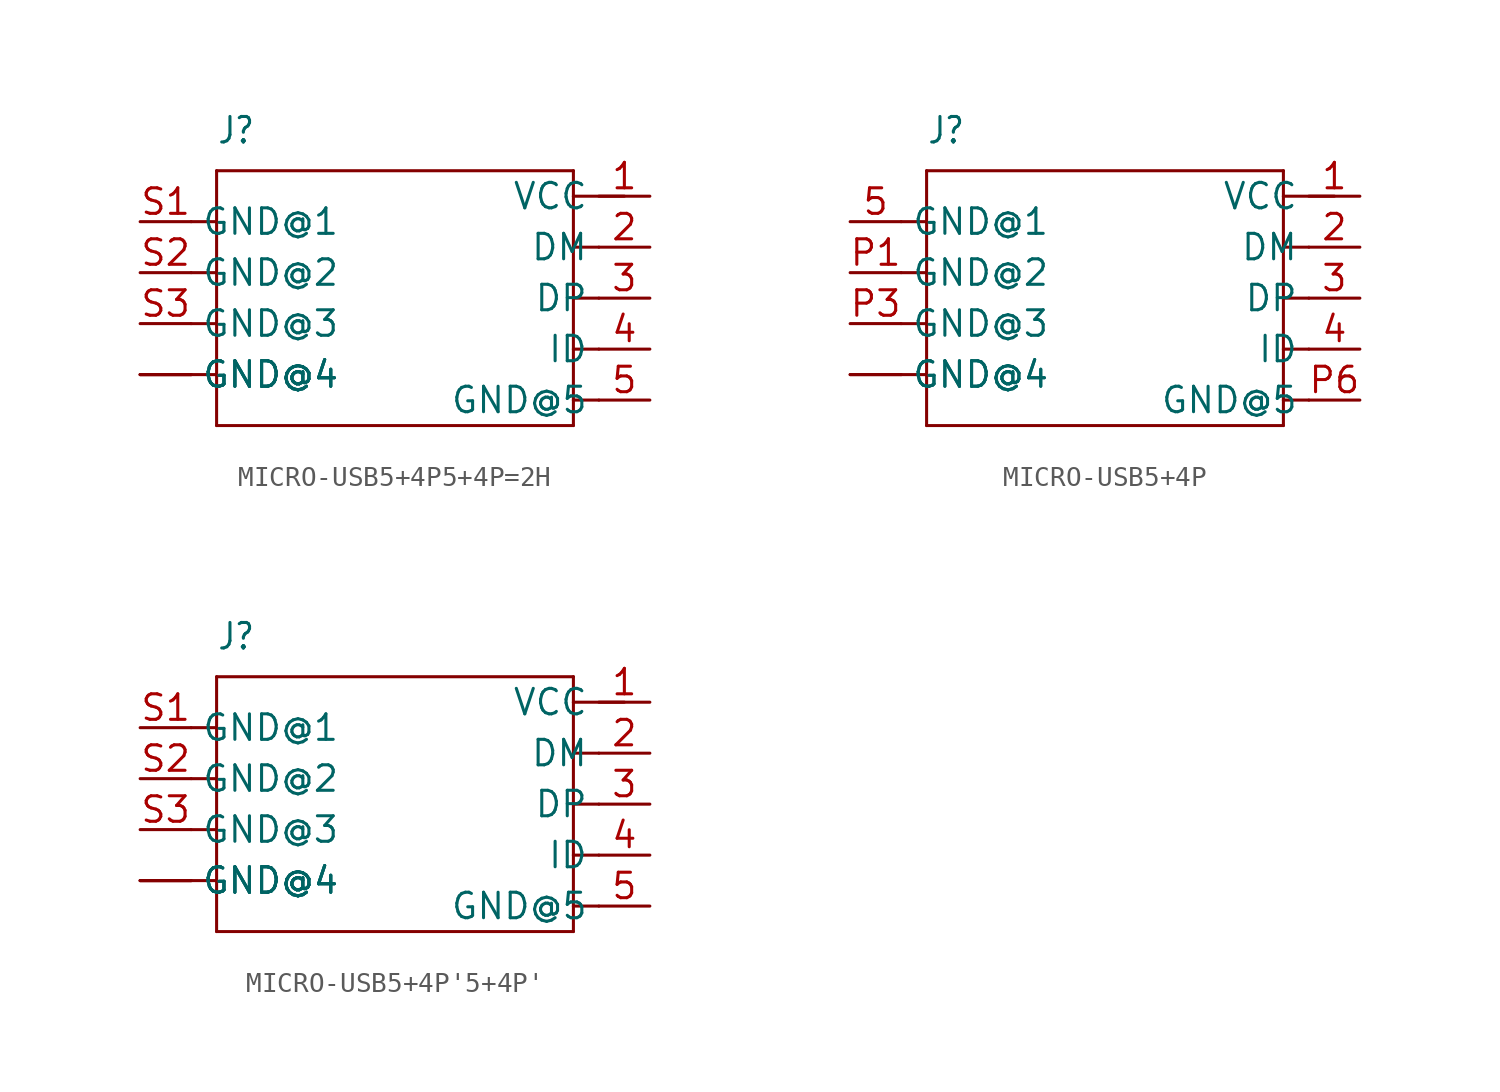
<source format=kicad_sym>
(kicad_symbol_lib
  (version 20231120)
  (generator "kicad_symbol_editor")
  (generator_version "8.0")
  (symbol "MICRO-USB5+4P5+4P=2H"
    (property "Reference" "J"
      (at -8.89 7.62 0)
      (effects (font (size 1.27 1.079)) (justify left bottom)))
    (property "Value" ""
      (at 1.27 7.62 0)
      (effects (font (size 1.27 1.079)) (justify left bottom)))
    (property "ki_locked" ""
      (at 0 0 0)
      (effects (font (size 1.27 1.27))))
    (symbol "MICRO-USB5+4P5+4P=2H_1_0"
      (polyline (pts (xy -10.16 -3.81) (xy -8.89 -3.81)) (stroke (width 0.152) (type solid)) (fill (type none)))
      (polyline (pts (xy -10.16 -1.27) (xy -8.89 -1.27)) (stroke (width 0.152) (type solid)) (fill (type none)))
      (polyline (pts (xy -10.16 1.27) (xy -8.89 1.27)) (stroke (width 0.152) (type solid)) (fill (type none)))
      (polyline (pts (xy -10.16 3.81) (xy -8.89 3.81)) (stroke (width 0.152) (type solid)) (fill (type none)))
      (polyline (pts (xy -8.89 -6.35) (xy 8.89 -6.35)) (stroke (width 0.152) (type solid)) (fill (type none)))
      (polyline (pts (xy -8.89 -3.81) (xy -8.89 -6.35)) (stroke (width 0.152) (type solid)) (fill (type none)))
      (polyline (pts (xy -8.89 -1.27) (xy -8.89 -3.81)) (stroke (width 0.152) (type solid)) (fill (type none)))
      (polyline (pts (xy -8.89 1.27) (xy -8.89 -1.27)) (stroke (width 0.152) (type solid)) (fill (type none)))
      (polyline (pts (xy -8.89 3.81) (xy -8.89 1.27)) (stroke (width 0.152) (type solid)) (fill (type none)))
      (polyline (pts (xy -8.89 6.35) (xy -8.89 3.81)) (stroke (width 0.152) (type solid)) (fill (type none)))
      (polyline (pts (xy 8.89 -6.35) (xy 8.89 -5.08)) (stroke (width 0.152) (type solid)) (fill (type none)))
      (polyline (pts (xy 8.89 -5.08) (xy 8.89 -2.54)) (stroke (width 0.152) (type solid)) (fill (type none)))
      (polyline (pts (xy 8.89 -5.08) (xy 10.16 -5.08)) (stroke (width 0.152) (type solid)) (fill (type none)))
      (polyline (pts (xy 8.89 -2.54) (xy 8.89 0)) (stroke (width 0.152) (type solid)) (fill (type none)))
      (polyline (pts (xy 8.89 -2.54) (xy 10.16 -2.54)) (stroke (width 0.152) (type solid)) (fill (type none)))
      (polyline (pts (xy 8.89 0) (xy 8.89 2.54)) (stroke (width 0.152) (type solid)) (fill (type none)))
      (polyline (pts (xy 8.89 0) (xy 10.16 0)) (stroke (width 0.152) (type solid)) (fill (type none)))
      (polyline (pts (xy 8.89 2.54) (xy 8.89 5.08)) (stroke (width 0.152) (type solid)) (fill (type none)))
      (polyline (pts (xy 8.89 2.54) (xy 10.16 2.54)) (stroke (width 0.152) (type solid)) (fill (type none)))
      (polyline (pts (xy 8.89 5.08) (xy 8.89 6.35)) (stroke (width 0.152) (type solid)) (fill (type none)))
      (polyline (pts (xy 8.89 5.08) (xy 11.43 5.08)) (stroke (width 0.152) (type solid)) (fill (type none)))
      (polyline (pts (xy 8.89 6.35) (xy -8.89 6.35)) (stroke (width 0.152) (type solid)) (fill (type none)))
      (pin bidirectional line (at 12.7 5.08 180) (length 2.54) (name "VCC" (effects (font (size 1.27 1.27)))) (number "1" (effects (font (size 1.27 1.27)))))
      (pin bidirectional line (at 12.7 2.54 180) (length 2.54) (name "DM" (effects (font (size 1.27 1.27)))) (number "2" (effects (font (size 1.27 1.27)))))
      (pin bidirectional line (at 12.7 0 180) (length 2.54) (name "DP" (effects (font (size 1.27 1.27)))) (number "3" (effects (font (size 1.27 1.27)))))
      (pin bidirectional line (at 12.7 -2.54 180) (length 2.54) (name "ID" (effects (font (size 1.27 1.27)))) (number "4" (effects (font (size 1.27 1.27)))))
      (pin bidirectional line (at 12.7 -5.08 180) (length 2.54) (name "GND@5" (effects (font (size 1.27 1.27)))) (number "5" (effects (font (size 1.27 1.27)))))
      (pin bidirectional line (at -12.7 3.81 0) (length 2.54) (name "GND@1" (effects (font (size 1.27 1.27)))) (number "S1" (effects (font (size 1.27 1.27)))))
      (pin bidirectional line (at -12.7 1.27 0) (length 2.54) (name "GND@2" (effects (font (size 1.27 1.27)))) (number "S2" (effects (font (size 1.27 1.27)))))
      (pin bidirectional line (at -12.7 -1.27 0) (length 2.54) (name "GND@3" (effects (font (size 1.27 1.27)))) (number "S3" (effects (font (size 1.27 1.27)))))
      (pin bidirectional line (at -12.7 -3.81 0) (length 2.54) (name "GND@4" (effects (font (size 1.27 1.27)))) (number "S4" (effects (font (size 0 0)))))
      (pin bidirectional line (at -12.7 -3.81 0) (length 2.54) (name "GND@4" (effects (font (size 1.27 1.27)))) (number "S5" (effects (font (size 0 0)))))
      (pin bidirectional line (at -12.7 -3.81 0) (length 2.54) (name "GND@4" (effects (font (size 1.27 1.27)))) (number "S6" (effects (font (size 0 0)))))))
  (symbol "MICRO-USB5+4P"
    (property "Reference" "J"
      (at -8.89 7.62 0)
      (effects (font (size 1.27 1.079)) (justify left bottom)))
    (property "Value" ""
      (at 1.27 7.62 0)
      (effects (font (size 1.27 1.079)) (justify left bottom)))
    (property "ki_locked" ""
      (at 0 0 0)
      (effects (font (size 1.27 1.27))))
    (symbol "MICRO-USB5+4P_1_0"
      (polyline (pts (xy -10.16 -3.81) (xy -8.89 -3.81)) (stroke (width 0.152) (type solid)) (fill (type none)))
      (polyline (pts (xy -10.16 -1.27) (xy -8.89 -1.27)) (stroke (width 0.152) (type solid)) (fill (type none)))
      (polyline (pts (xy -10.16 1.27) (xy -8.89 1.27)) (stroke (width 0.152) (type solid)) (fill (type none)))
      (polyline (pts (xy -10.16 3.81) (xy -8.89 3.81)) (stroke (width 0.152) (type solid)) (fill (type none)))
      (polyline (pts (xy -8.89 -6.35) (xy 8.89 -6.35)) (stroke (width 0.152) (type solid)) (fill (type none)))
      (polyline (pts (xy -8.89 -3.81) (xy -8.89 -6.35)) (stroke (width 0.152) (type solid)) (fill (type none)))
      (polyline (pts (xy -8.89 -1.27) (xy -8.89 -3.81)) (stroke (width 0.152) (type solid)) (fill (type none)))
      (polyline (pts (xy -8.89 1.27) (xy -8.89 -1.27)) (stroke (width 0.152) (type solid)) (fill (type none)))
      (polyline (pts (xy -8.89 3.81) (xy -8.89 1.27)) (stroke (width 0.152) (type solid)) (fill (type none)))
      (polyline (pts (xy -8.89 6.35) (xy -8.89 3.81)) (stroke (width 0.152) (type solid)) (fill (type none)))
      (polyline (pts (xy 8.89 -6.35) (xy 8.89 -5.08)) (stroke (width 0.152) (type solid)) (fill (type none)))
      (polyline (pts (xy 8.89 -5.08) (xy 8.89 -2.54)) (stroke (width 0.152) (type solid)) (fill (type none)))
      (polyline (pts (xy 8.89 -5.08) (xy 10.16 -5.08)) (stroke (width 0.152) (type solid)) (fill (type none)))
      (polyline (pts (xy 8.89 -2.54) (xy 8.89 0)) (stroke (width 0.152) (type solid)) (fill (type none)))
      (polyline (pts (xy 8.89 -2.54) (xy 10.16 -2.54)) (stroke (width 0.152) (type solid)) (fill (type none)))
      (polyline (pts (xy 8.89 0) (xy 8.89 2.54)) (stroke (width 0.152) (type solid)) (fill (type none)))
      (polyline (pts (xy 8.89 0) (xy 10.16 0)) (stroke (width 0.152) (type solid)) (fill (type none)))
      (polyline (pts (xy 8.89 2.54) (xy 8.89 5.08)) (stroke (width 0.152) (type solid)) (fill (type none)))
      (polyline (pts (xy 8.89 2.54) (xy 10.16 2.54)) (stroke (width 0.152) (type solid)) (fill (type none)))
      (polyline (pts (xy 8.89 5.08) (xy 8.89 6.35)) (stroke (width 0.152) (type solid)) (fill (type none)))
      (polyline (pts (xy 8.89 5.08) (xy 11.43 5.08)) (stroke (width 0.152) (type solid)) (fill (type none)))
      (polyline (pts (xy 8.89 6.35) (xy -8.89 6.35)) (stroke (width 0.152) (type solid)) (fill (type none)))
      (pin bidirectional line (at 12.7 5.08 180) (length 2.54) (name "VCC" (effects (font (size 1.27 1.27)))) (number "1" (effects (font (size 1.27 1.27)))))
      (pin bidirectional line (at 12.7 2.54 180) (length 2.54) (name "DM" (effects (font (size 1.27 1.27)))) (number "2" (effects (font (size 1.27 1.27)))))
      (pin bidirectional line (at 12.7 0 180) (length 2.54) (name "DP" (effects (font (size 1.27 1.27)))) (number "3" (effects (font (size 1.27 1.27)))))
      (pin bidirectional line (at 12.7 -2.54 180) (length 2.54) (name "ID" (effects (font (size 1.27 1.27)))) (number "4" (effects (font (size 1.27 1.27)))))
      (pin bidirectional line (at -12.7 3.81 0) (length 2.54) (name "GND@1" (effects (font (size 1.27 1.27)))) (number "5" (effects (font (size 1.27 1.27)))))
      (pin bidirectional line (at -12.7 1.27 0) (length 2.54) (name "GND@2" (effects (font (size 1.27 1.27)))) (number "P1" (effects (font (size 1.27 1.27)))))
      (pin bidirectional line (at -12.7 -1.27 0) (length 2.54) (name "GND@3" (effects (font (size 1.27 1.27)))) (number "P3" (effects (font (size 1.27 1.27)))))
      (pin bidirectional line (at -12.7 -3.81 0) (length 2.54) (name "GND@4" (effects (font (size 1.27 1.27)))) (number "P4" (effects (font (size 0 0)))))
      (pin bidirectional line (at -12.7 -3.81 0) (length 2.54) (name "GND@4" (effects (font (size 1.27 1.27)))) (number "P5" (effects (font (size 0 0)))))
      (pin bidirectional line (at 12.7 -5.08 180) (length 2.54) (name "GND@5" (effects (font (size 1.27 1.27)))) (number "P6" (effects (font (size 1.27 1.27)))))))
  (symbol "MICRO-USB5+4P'5+4P'"
    (property "Reference" "J"
      (at -8.89 7.62 0)
      (effects (font (size 1.27 1.079)) (justify left bottom)))
    (property "Value" ""
      (at 1.27 7.62 0)
      (effects (font (size 1.27 1.079)) (justify left bottom)))
    (property "ki_locked" ""
      (at 0 0 0)
      (effects (font (size 1.27 1.27))))
    (symbol "MICRO-USB5+4P'5+4P'_1_0"
      (polyline (pts (xy -10.16 -3.81) (xy -8.89 -3.81)) (stroke (width 0.152) (type solid)) (fill (type none)))
      (polyline (pts (xy -10.16 -1.27) (xy -8.89 -1.27)) (stroke (width 0.152) (type solid)) (fill (type none)))
      (polyline (pts (xy -10.16 1.27) (xy -8.89 1.27)) (stroke (width 0.152) (type solid)) (fill (type none)))
      (polyline (pts (xy -10.16 3.81) (xy -8.89 3.81)) (stroke (width 0.152) (type solid)) (fill (type none)))
      (polyline (pts (xy -8.89 -6.35) (xy 8.89 -6.35)) (stroke (width 0.152) (type solid)) (fill (type none)))
      (polyline (pts (xy -8.89 -3.81) (xy -8.89 -6.35)) (stroke (width 0.152) (type solid)) (fill (type none)))
      (polyline (pts (xy -8.89 -1.27) (xy -8.89 -3.81)) (stroke (width 0.152) (type solid)) (fill (type none)))
      (polyline (pts (xy -8.89 1.27) (xy -8.89 -1.27)) (stroke (width 0.152) (type solid)) (fill (type none)))
      (polyline (pts (xy -8.89 3.81) (xy -8.89 1.27)) (stroke (width 0.152) (type solid)) (fill (type none)))
      (polyline (pts (xy -8.89 6.35) (xy -8.89 3.81)) (stroke (width 0.152) (type solid)) (fill (type none)))
      (polyline (pts (xy 8.89 -6.35) (xy 8.89 -5.08)) (stroke (width 0.152) (type solid)) (fill (type none)))
      (polyline (pts (xy 8.89 -5.08) (xy 8.89 -2.54)) (stroke (width 0.152) (type solid)) (fill (type none)))
      (polyline (pts (xy 8.89 -5.08) (xy 10.16 -5.08)) (stroke (width 0.152) (type solid)) (fill (type none)))
      (polyline (pts (xy 8.89 -2.54) (xy 8.89 0)) (stroke (width 0.152) (type solid)) (fill (type none)))
      (polyline (pts (xy 8.89 -2.54) (xy 10.16 -2.54)) (stroke (width 0.152) (type solid)) (fill (type none)))
      (polyline (pts (xy 8.89 0) (xy 8.89 2.54)) (stroke (width 0.152) (type solid)) (fill (type none)))
      (polyline (pts (xy 8.89 0) (xy 10.16 0)) (stroke (width 0.152) (type solid)) (fill (type none)))
      (polyline (pts (xy 8.89 2.54) (xy 8.89 5.08)) (stroke (width 0.152) (type solid)) (fill (type none)))
      (polyline (pts (xy 8.89 2.54) (xy 10.16 2.54)) (stroke (width 0.152) (type solid)) (fill (type none)))
      (polyline (pts (xy 8.89 5.08) (xy 8.89 6.35)) (stroke (width 0.152) (type solid)) (fill (type none)))
      (polyline (pts (xy 8.89 5.08) (xy 11.43 5.08)) (stroke (width 0.152) (type solid)) (fill (type none)))
      (polyline (pts (xy 8.89 6.35) (xy -8.89 6.35)) (stroke (width 0.152) (type solid)) (fill (type none)))
      (pin bidirectional line (at 12.7 5.08 180) (length 2.54) (name "VCC" (effects (font (size 1.27 1.27)))) (number "1" (effects (font (size 1.27 1.27)))))
      (pin bidirectional line (at 12.7 2.54 180) (length 2.54) (name "DM" (effects (font (size 1.27 1.27)))) (number "2" (effects (font (size 1.27 1.27)))))
      (pin bidirectional line (at 12.7 0 180) (length 2.54) (name "DP" (effects (font (size 1.27 1.27)))) (number "3" (effects (font (size 1.27 1.27)))))
      (pin bidirectional line (at 12.7 -2.54 180) (length 2.54) (name "ID" (effects (font (size 1.27 1.27)))) (number "4" (effects (font (size 1.27 1.27)))))
      (pin bidirectional line (at 12.7 -5.08 180) (length 2.54) (name "GND@5" (effects (font (size 1.27 1.27)))) (number "5" (effects (font (size 1.27 1.27)))))
      (pin bidirectional line (at -12.7 3.81 0) (length 2.54) (name "GND@1" (effects (font (size 1.27 1.27)))) (number "S1" (effects (font (size 1.27 1.27)))))
      (pin bidirectional line (at -12.7 1.27 0) (length 2.54) (name "GND@2" (effects (font (size 1.27 1.27)))) (number "S2" (effects (font (size 1.27 1.27)))))
      (pin bidirectional line (at -12.7 -1.27 0) (length 2.54) (name "GND@3" (effects (font (size 1.27 1.27)))) (number "S3" (effects (font (size 1.27 1.27)))))
      (pin bidirectional line (at -12.7 -3.81 0) (length 2.54) (name "GND@4" (effects (font (size 1.27 1.27)))) (number "S4" (effects (font (size 0 0)))))
      (pin bidirectional line (at -12.7 -3.81 0) (length 2.54) (name "GND@4" (effects (font (size 1.27 1.27)))) (number "S5" (effects (font (size 0 0)))))
      (pin bidirectional line (at -12.7 -3.81 0) (length 2.54) (name "GND@4" (effects (font (size 1.27 1.27)))) (number "S6" (effects (font (size 0 0))))))))
</source>
